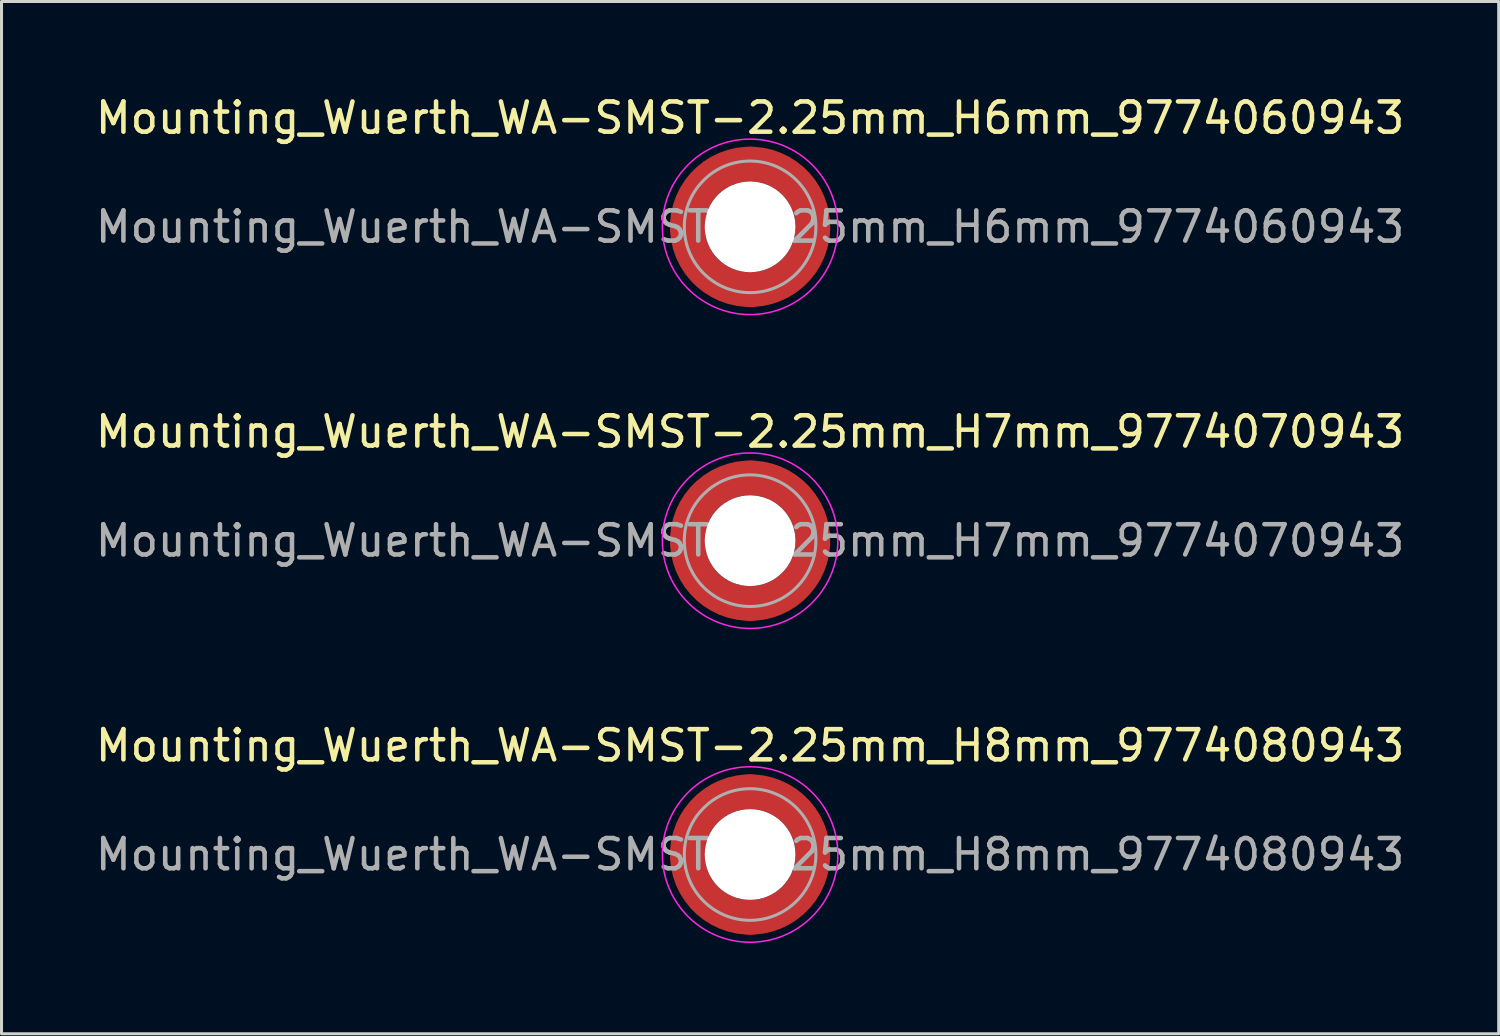
<source format=kicad_pcb>
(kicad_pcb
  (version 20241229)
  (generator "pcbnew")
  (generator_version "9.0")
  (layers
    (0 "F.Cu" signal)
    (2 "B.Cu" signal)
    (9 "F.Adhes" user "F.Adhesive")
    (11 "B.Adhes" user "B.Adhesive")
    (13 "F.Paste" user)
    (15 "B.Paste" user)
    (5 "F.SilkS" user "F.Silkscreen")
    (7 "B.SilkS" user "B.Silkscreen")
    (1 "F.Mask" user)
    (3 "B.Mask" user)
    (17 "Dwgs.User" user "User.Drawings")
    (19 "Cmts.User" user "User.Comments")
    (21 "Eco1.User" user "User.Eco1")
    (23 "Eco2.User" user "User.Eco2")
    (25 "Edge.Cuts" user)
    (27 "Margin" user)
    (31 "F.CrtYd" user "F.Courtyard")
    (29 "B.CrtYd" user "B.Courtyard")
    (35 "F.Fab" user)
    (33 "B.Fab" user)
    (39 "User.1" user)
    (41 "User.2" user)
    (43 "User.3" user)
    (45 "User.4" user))
  (footprint "Mounting_Wuerth_WA-SMST-2.25mm_H6mm_9774060943"
    (layer "F.Cu")
    (at 21.744 4.448)
    (property "Reference" "Mounting_Wuerth_WA-SMST-2.25mm_H6mm_9774060943" (at 0 -3.6 0) (layer "F.SilkS") (effects (font (size 1 1) (thickness 0.15))))
    (attr smd)
    (fp_circle (center 0 0) (end 2.9 0) (stroke (width 0.05) (type solid)) (fill no) (layer "F.CrtYd"))
    (fp_circle (center 0 0) (end 2.175 0) (stroke (width 0.1) (type solid)) (fill no) (layer "F.Fab"))
    (fp_text user "${REFERENCE}" (at 0 0 0) (layer "F.Fab") (effects (font (size 1 1) (thickness 0.15))))
    (pad "" smd custom (at -1.453 -1.453) (size 1.01 1.01) (layers "F.Paste") (options (anchor circle)) (primitives (gr_arc (start -0.262632 0.900604) (mid 0.178544 0.178544) (end 0.900604 -0.262632) (width 0.505)) (gr_arc (start -0.526231 0.900604) (mid 0 0) (end 0.900604 -0.526231) (width 0.505)) (gr_arc (start -0.787275 0.900604) (mid -0.178545 -0.178545) (end 0.900604 -0.787275) (width 0.505)) (gr_line (start 0.901 -0.263) (end 0.901 -0.787) (width 0.505)) (gr_line (start -0.263 0.901) (end -0.787 0.901) (width 0.505))))
    (pad "" smd custom (at -1.453 1.453) (size 1.01 1.01) (layers "F.Paste") (options (anchor circle)) (primitives (gr_arc (start 0.900604 0.262632) (mid 0.178544 -0.178544) (end -0.262632 -0.900604) (width 0.505)) (gr_arc (start 0.900604 0.526231) (mid 0 0) (end -0.526231 -0.900604) (width 0.505)) (gr_arc (start 0.900604 0.787275) (mid -0.178545 0.178545) (end -0.787275 -0.900604) (width 0.505)) (gr_line (start -0.263 -0.901) (end -0.787 -0.901) (width 0.505)) (gr_line (start 0.901 0.263) (end 0.901 0.787) (width 0.505))))
    (pad "" np_thru_hole circle (at 0 0) (size 3 3) (drill 3) (layers "*.Cu" "*.Mask"))
    (pad "" smd custom (at 1.453 -1.453) (size 1.01 1.01) (layers "F.Paste") (options (anchor circle)) (primitives (gr_arc (start -0.900604 -0.262632) (mid -0.178544 0.178544) (end 0.262632 0.900604) (width 0.505)) (gr_arc (start -0.900604 -0.526231) (mid 0 0) (end 0.526231 0.900604) (width 0.505)) (gr_arc (start -0.900604 -0.787275) (mid 0.178545 -0.178545) (end 0.787275 0.900604) (width 0.505)) (gr_line (start 0.263 0.901) (end 0.787 0.901) (width 0.505)) (gr_line (start -0.901 -0.263) (end -0.901 -0.787) (width 0.505))))
    (pad "" smd custom (at 1.453 1.453) (size 1.01 1.01) (layers "F.Paste") (options (anchor circle)) (primitives (gr_arc (start 0.262632 -0.900604) (mid -0.178544 -0.178544) (end -0.900604 0.262632) (width 0.505)) (gr_arc (start 0.526231 -0.900604) (mid 0 0) (end -0.900604 0.526231) (width 0.505)) (gr_arc (start 0.787275 -0.900604) (mid 0.178545 0.178545) (end -0.900604 0.787275) (width 0.505)) (gr_line (start -0.901 0.263) (end -0.901 0.787) (width 0.505)) (gr_line (start 0.263 -0.901) (end 0.787 -0.901) (width 0.505))))
    (pad "1" smd circle (at -2.075 0) (size 1.15 1.15) (layers "F.Cu"))
    (pad "1" smd circle (at 0 -2.075) (size 1.15 1.15) (layers "F.Cu"))
    (pad "1" smd circle (at 0 2.075) (size 1.15 1.15) (layers "F.Cu"))
    (pad "1" smd custom (at 2.075 0) (size 1.15 1.15) (layers "F.Cu" "F.Mask") (options (anchor circle)) (primitives (gr_circle (center -2.075 0) (end 0 0) (width 1.15) (fill no)))))
  (footprint "Mounting_Wuerth_WA-SMST-2.25mm_H7mm_9774070943"
    (layer "F.Cu")
    (at 21.744 14.822)
    (property "Reference" "Mounting_Wuerth_WA-SMST-2.25mm_H7mm_9774070943" (at 0 -3.6 0) (layer "F.SilkS") (effects (font (size 1 1) (thickness 0.15))))
    (attr smd)
    (fp_circle (center 0 0) (end 2.9 0) (stroke (width 0.05) (type solid)) (fill no) (layer "F.CrtYd"))
    (fp_circle (center 0 0) (end 2.175 0) (stroke (width 0.1) (type solid)) (fill no) (layer "F.Fab"))
    (fp_text user "${REFERENCE}" (at 0 0 0) (layer "F.Fab") (effects (font (size 1 1) (thickness 0.15))))
    (pad "" smd custom (at -1.453 -1.453) (size 0.505 0.505) (layers "F.Paste") (options (anchor circle)) (primitives (gr_arc (start -0.147677 1.053104) (mid 0.286378 0.286378) (end 1.053104 -0.147677) (width 0.2)) (gr_arc (start -0.240295 1.053104) (mid 0.222738 0.222738) (end 1.053104 -0.240295) (width 0.2)) (gr_arc (start -0.332645 1.053104) (mid 0.159099 0.159099) (end 1.053104 -0.332645) (width 0.2)) (gr_arc (start -0.424767 1.053104) (mid 0.095459 0.095459) (end 1.053104 -0.424767) (width 0.2)) (gr_arc (start -0.516693 1.053104) (mid 0.031819 0.031819) (end 1.053104 -0.516693) (width 0.2)) (gr_arc (start -0.608448 1.053104) (mid -0.03182 -0.03182) (end 1.053104 -0.608448) (width 0.2)) (gr_arc (start -0.700056 1.053104) (mid -0.09546 -0.09546) (end 1.053104 -0.700056) (width 0.2)) (gr_arc (start -0.791534 1.053104) (mid -0.159099 -0.159099) (end 1.053104 -0.791534) (width 0.2)) (gr_arc (start -0.882896 1.053104) (mid -0.222738 -0.222738) (end 1.053104 -0.882896) (width 0.2)) (gr_arc (start -0.974157 1.053104) (mid -0.286378 -0.286378) (end 1.053104 -0.974157) (width 0.2)) (gr_line (start 1.053 -0.148) (end 1.053 -0.974) (width 0.2)) (gr_line (start -0.148 1.053) (end -0.974 1.053) (width 0.2))))
    (pad "" smd custom (at -1.453 1.453) (size 0.505 0.505) (layers "F.Paste") (options (anchor circle)) (primitives (gr_arc (start 1.053104 0.147677) (mid 0.286378 -0.286378) (end -0.147677 -1.053104) (width 0.2)) (gr_arc (start 1.053104 0.240295) (mid 0.222738 -0.222738) (end -0.240295 -1.053104) (width 0.2)) (gr_arc (start 1.053104 0.332645) (mid 0.159099 -0.159099) (end -0.332645 -1.053104) (width 0.2)) (gr_arc (start 1.053104 0.424767) (mid 0.095459 -0.095459) (end -0.424767 -1.053104) (width 0.2)) (gr_arc (start 1.053104 0.516693) (mid 0.031819 -0.031819) (end -0.516693 -1.053104) (width 0.2)) (gr_arc (start 1.053104 0.608448) (mid -0.03182 0.03182) (end -0.608448 -1.053104) (width 0.2)) (gr_arc (start 1.053104 0.700056) (mid -0.09546 0.09546) (end -0.700056 -1.053104) (width 0.2)) (gr_arc (start 1.053104 0.791534) (mid -0.159099 0.159099) (end -0.791534 -1.053104) (width 0.2)) (gr_arc (start 1.053104 0.882896) (mid -0.222738 0.222738) (end -0.882896 -1.053104) (width 0.2)) (gr_arc (start 1.053104 0.974157) (mid -0.286378 0.286378) (end -0.974157 -1.053104) (width 0.2)) (gr_line (start -0.148 -1.053) (end -0.974 -1.053) (width 0.2)) (gr_line (start 1.053 0.148) (end 1.053 0.974) (width 0.2))))
    (pad "" np_thru_hole circle (at 0 0) (size 3 3) (drill 3) (layers "*.Cu" "*.Mask"))
    (pad "" smd custom (at 1.453 -1.453) (size 0.505 0.505) (layers "F.Paste") (options (anchor circle)) (primitives (gr_arc (start -1.053104 -0.147677) (mid -0.286378 0.286378) (end 0.147677 1.053104) (width 0.2)) (gr_arc (start -1.053104 -0.240295) (mid -0.222738 0.222738) (end 0.240295 1.053104) (width 0.2)) (gr_arc (start -1.053104 -0.332645) (mid -0.159099 0.159099) (end 0.332645 1.053104) (width 0.2)) (gr_arc (start -1.053104 -0.424767) (mid -0.095459 0.095459) (end 0.424767 1.053104) (width 0.2)) (gr_arc (start -1.053104 -0.516693) (mid -0.031819 0.031819) (end 0.516693 1.053104) (width 0.2)) (gr_arc (start -1.053104 -0.608448) (mid 0.03182 -0.03182) (end 0.608448 1.053104) (width 0.2)) (gr_arc (start -1.053104 -0.700056) (mid 0.09546 -0.09546) (end 0.700056 1.053104) (width 0.2)) (gr_arc (start -1.053104 -0.791534) (mid 0.159099 -0.159099) (end 0.791534 1.053104) (width 0.2)) (gr_arc (start -1.053104 -0.882896) (mid 0.222738 -0.222738) (end 0.882896 1.053104) (width 0.2)) (gr_arc (start -1.053104 -0.974157) (mid 0.286378 -0.286378) (end 0.974157 1.053104) (width 0.2)) (gr_line (start 0.148 1.053) (end 0.974 1.053) (width 0.2)) (gr_line (start -1.053 -0.148) (end -1.053 -0.974) (width 0.2))))
    (pad "" smd custom (at 1.453 1.453) (size 0.505 0.505) (layers "F.Paste") (options (anchor circle)) (primitives (gr_arc (start 0.147677 -1.053104) (mid -0.286378 -0.286378) (end -1.053104 0.147677) (width 0.2)) (gr_arc (start 0.240295 -1.053104) (mid -0.222738 -0.222738) (end -1.053104 0.240295) (width 0.2)) (gr_arc (start 0.332645 -1.053104) (mid -0.159099 -0.159099) (end -1.053104 0.332645) (width 0.2)) (gr_arc (start 0.424767 -1.053104) (mid -0.095459 -0.095459) (end -1.053104 0.424767) (width 0.2)) (gr_arc (start 0.516693 -1.053104) (mid -0.031819 -0.031819) (end -1.053104 0.516693) (width 0.2)) (gr_arc (start 0.608448 -1.053104) (mid 0.03182 0.03182) (end -1.053104 0.608448) (width 0.2)) (gr_arc (start 0.700056 -1.053104) (mid 0.09546 0.09546) (end -1.053104 0.700056) (width 0.2)) (gr_arc (start 0.791534 -1.053104) (mid 0.159099 0.159099) (end -1.053104 0.791534) (width 0.2)) (gr_arc (start 0.882896 -1.053104) (mid 0.222738 0.222738) (end -1.053104 0.882896) (width 0.2)) (gr_arc (start 0.974157 -1.053104) (mid 0.286378 0.286378) (end -1.053104 0.974157) (width 0.2)) (gr_line (start -1.053 0.148) (end -1.053 0.974) (width 0.2)) (gr_line (start 0.148 -1.053) (end 0.974 -1.053) (width 0.2))))
    (pad "1" smd circle (at -2.075 0) (size 1.15 1.15) (layers "F.Cu"))
    (pad "1" smd circle (at 0 -2.075) (size 1.15 1.15) (layers "F.Cu"))
    (pad "1" smd circle (at 0 2.075) (size 1.15 1.15) (layers "F.Cu"))
    (pad "1" smd custom (at 2.075 0) (size 1.15 1.15) (layers "F.Cu" "F.Mask") (options (anchor circle)) (primitives (gr_circle (center -2.075 0) (end 0 0) (width 1.15) (fill no)))))
  (footprint "Mounting_Wuerth_WA-SMST-2.25mm_H8mm_9774080943"
    (layer "F.Cu")
    (at 21.744 25.195)
    (property "Reference" "Mounting_Wuerth_WA-SMST-2.25mm_H8mm_9774080943" (at 0 -3.6 0) (layer "F.SilkS") (effects (font (size 1 1) (thickness 0.15))))
    (attr smd)
    (fp_circle (center 0 0) (end 2.9 0) (stroke (width 0.05) (type solid)) (fill no) (layer "F.CrtYd"))
    (fp_circle (center 0 0) (end 2.175 0) (stroke (width 0.1) (type solid)) (fill no) (layer "F.Fab"))
    (fp_text user "${REFERENCE}" (at 0 0 0) (layer "F.Fab") (effects (font (size 1 1) (thickness 0.15))))
    (pad "" smd custom (at -1.453 -1.453) (size 1.01 1.01) (layers "F.Paste") (options (anchor circle)) (primitives (gr_arc (start -0.262632 0.900604) (mid 0.178544 0.178544) (end 0.900604 -0.262632) (width 0.505)) (gr_arc (start -0.526231 0.900604) (mid 0 0) (end 0.900604 -0.526231) (width 0.505)) (gr_arc (start -0.787275 0.900604) (mid -0.178545 -0.178545) (end 0.900604 -0.787275) (width 0.505)) (gr_line (start 0.901 -0.263) (end 0.901 -0.787) (width 0.505)) (gr_line (start -0.263 0.901) (end -0.787 0.901) (width 0.505))))
    (pad "" smd custom (at -1.453 1.453) (size 1.01 1.01) (layers "F.Paste") (options (anchor circle)) (primitives (gr_arc (start 0.900604 0.262632) (mid 0.178544 -0.178544) (end -0.262632 -0.900604) (width 0.505)) (gr_arc (start 0.900604 0.526231) (mid 0 0) (end -0.526231 -0.900604) (width 0.505)) (gr_arc (start 0.900604 0.787275) (mid -0.178545 0.178545) (end -0.787275 -0.900604) (width 0.505)) (gr_line (start -0.263 -0.901) (end -0.787 -0.901) (width 0.505)) (gr_line (start 0.901 0.263) (end 0.901 0.787) (width 0.505))))
    (pad "" np_thru_hole circle (at 0 0) (size 3 3) (drill 3) (layers "*.Cu" "*.Mask"))
    (pad "" smd custom (at 1.453 -1.453) (size 1.01 1.01) (layers "F.Paste") (options (anchor circle)) (primitives (gr_arc (start -0.900604 -0.262632) (mid -0.178544 0.178544) (end 0.262632 0.900604) (width 0.505)) (gr_arc (start -0.900604 -0.526231) (mid 0 0) (end 0.526231 0.900604) (width 0.505)) (gr_arc (start -0.900604 -0.787275) (mid 0.178545 -0.178545) (end 0.787275 0.900604) (width 0.505)) (gr_line (start 0.263 0.901) (end 0.787 0.901) (width 0.505)) (gr_line (start -0.901 -0.263) (end -0.901 -0.787) (width 0.505))))
    (pad "" smd custom (at 1.453 1.453) (size 1.01 1.01) (layers "F.Paste") (options (anchor circle)) (primitives (gr_arc (start 0.262632 -0.900604) (mid -0.178544 -0.178544) (end -0.900604 0.262632) (width 0.505)) (gr_arc (start 0.526231 -0.900604) (mid 0 0) (end -0.900604 0.526231) (width 0.505)) (gr_arc (start 0.787275 -0.900604) (mid 0.178545 0.178545) (end -0.900604 0.787275) (width 0.505)) (gr_line (start -0.901 0.263) (end -0.901 0.787) (width 0.505)) (gr_line (start 0.263 -0.901) (end 0.787 -0.901) (width 0.505))))
    (pad "1" smd circle (at -2.075 0) (size 1.15 1.15) (layers "F.Cu"))
    (pad "1" smd circle (at 0 -2.075) (size 1.15 1.15) (layers "F.Cu"))
    (pad "1" smd circle (at 0 2.075) (size 1.15 1.15) (layers "F.Cu"))
    (pad "1" smd custom (at 2.075 0) (size 1.15 1.15) (layers "F.Cu" "F.Mask") (options (anchor circle)) (primitives (gr_circle (center -2.075 0) (end 0 0) (width 1.15) (fill no)))))
  (gr_rect
    (start -3 -3)
    (end 46.488 31.12)
    (stroke (width 0.1) (type default))
    (fill no)
    (layer "Edge.Cuts")))
</source>
